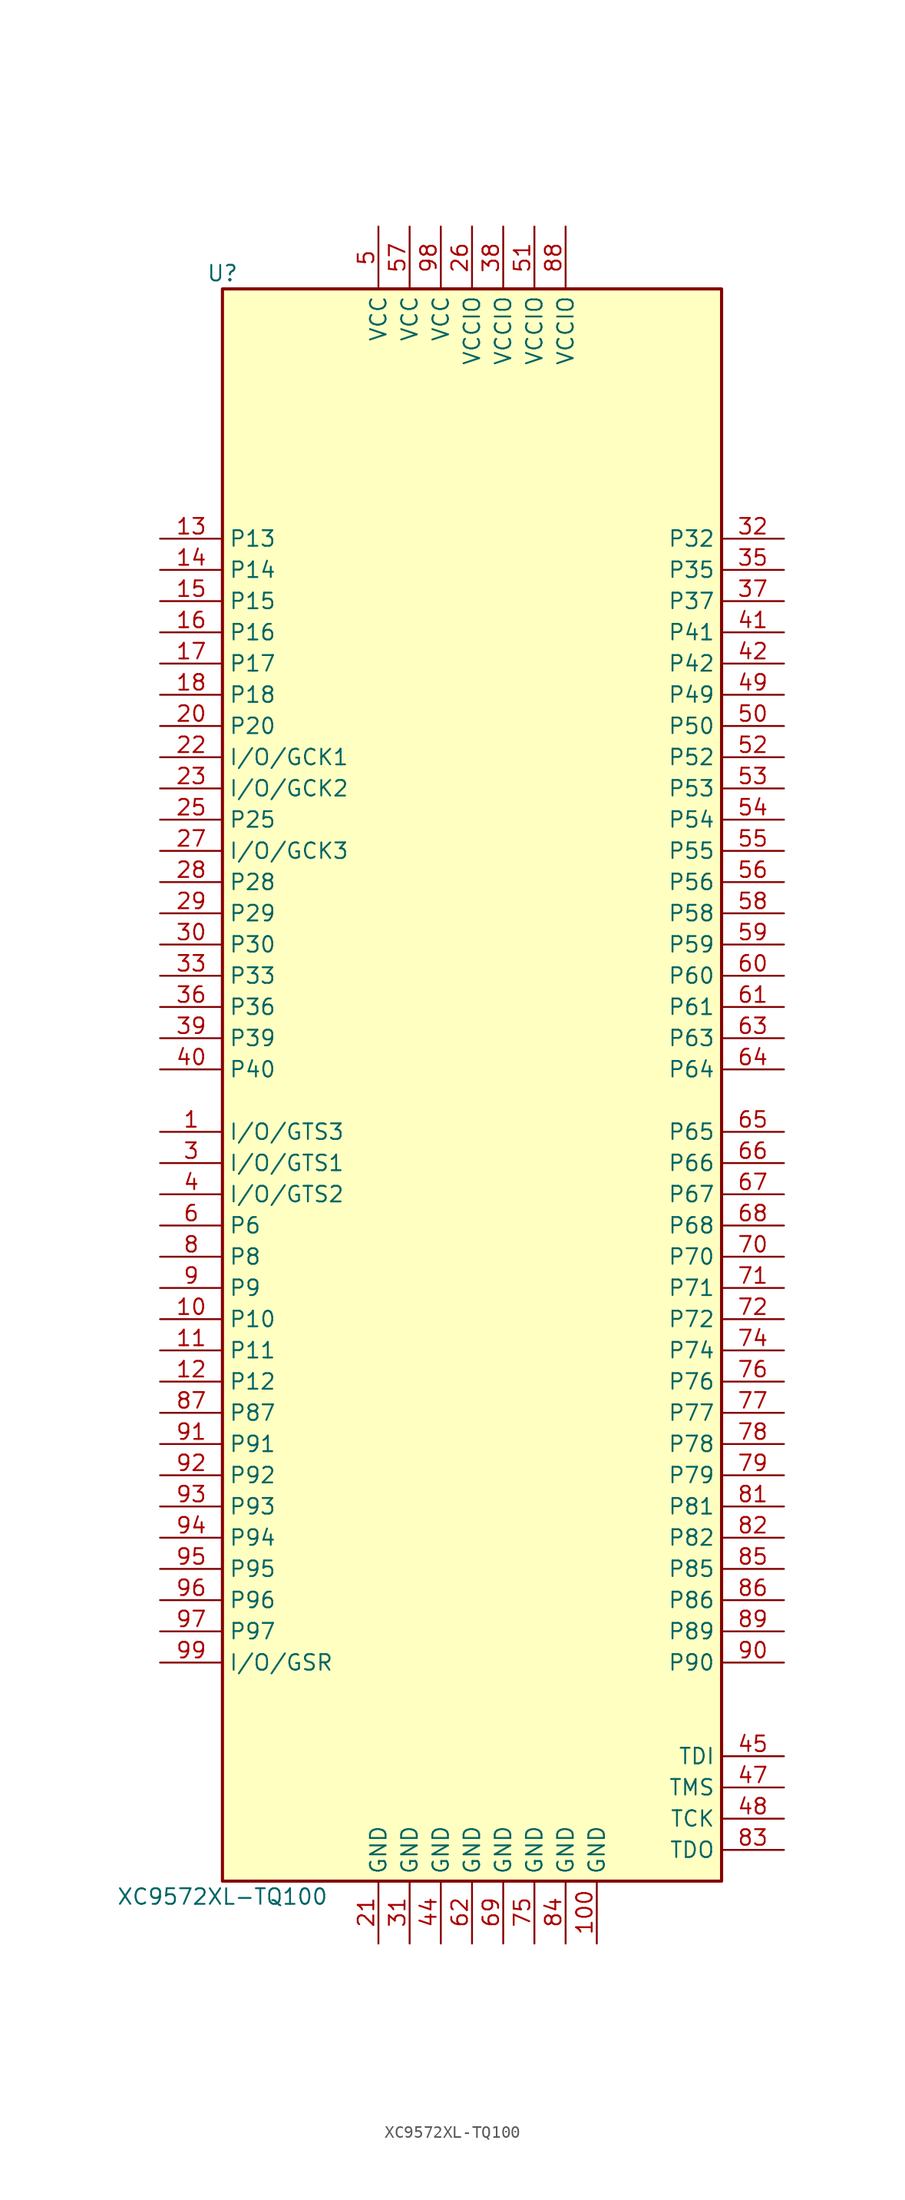
<source format=kicad_sym>
(kicad_symbol_lib
  (version 20201005)
  (generator kicad_symbol_editor)
  (symbol "XC9572XL-TQ100"
    (property "Reference" "U"
      (at -20.32 64.77 0)
      (effects (font (size 1.27 1.27))))
    (property "Value" "XC9572XL-TQ100"
      (at -20.32 -67.31 0)
      (effects (font (size 1.27 1.27))))
    (symbol "XC9572XL-TQ100_1_1"
      (rectangle (start -20.32 63.5) (end 20.32 -66.04) (stroke (width 0.254)) (fill (type background)))
      (pin bidirectional line (at -25.4 -5.08 0) (length 5.08) (name "I/O/GTS3" (effects (font (size 1.27 1.27)))) (number "1" (effects (font (size 1.27 1.27)))))
      (pin no_connect line (at -20.32 60.96 0) (length 0) hide (name "NC" (effects (font (size 1.27 1.27)))) (number "2" (effects (font (size 1.27 1.27)))))
      (pin bidirectional line (at -25.4 -7.62 0) (length 5.08) (name "I/O/GTS1" (effects (font (size 1.27 1.27)))) (number "3" (effects (font (size 1.27 1.27)))))
      (pin bidirectional line (at -25.4 -10.16 0) (length 5.08) (name "I/O/GTS2" (effects (font (size 1.27 1.27)))) (number "4" (effects (font (size 1.27 1.27)))))
      (pin power_in line (at -7.62 68.58 270) (length 5.08) (name "VCC" (effects (font (size 1.27 1.27)))) (number "5" (effects (font (size 1.27 1.27)))))
      (pin bidirectional line (at -25.4 -12.7 0) (length 5.08) (name "P6" (effects (font (size 1.27 1.27)))) (number "6" (effects (font (size 1.27 1.27)))))
      (pin no_connect line (at -20.32 58.42 0) (length 0) hide (name "NC" (effects (font (size 1.27 1.27)))) (number "7" (effects (font (size 1.27 1.27)))))
      (pin bidirectional line (at -25.4 -15.24 0) (length 5.08) (name "P8" (effects (font (size 1.27 1.27)))) (number "8" (effects (font (size 1.27 1.27)))))
      (pin bidirectional line (at -25.4 -17.78 0) (length 5.08) (name "P9" (effects (font (size 1.27 1.27)))) (number "9" (effects (font (size 1.27 1.27)))))
      (pin bidirectional line (at -25.4 -20.32 0) (length 5.08) (name "P10" (effects (font (size 1.27 1.27)))) (number "10" (effects (font (size 1.27 1.27)))))
      (pin bidirectional line (at -25.4 27.94 0) (length 5.08) (name "P20" (effects (font (size 1.27 1.27)))) (number "20" (effects (font (size 1.27 1.27)))))
      (pin bidirectional line (at -25.4 10.16 0) (length 5.08) (name "P30" (effects (font (size 1.27 1.27)))) (number "30" (effects (font (size 1.27 1.27)))))
      (pin bidirectional line (at -25.4 0 0) (length 5.08) (name "P40" (effects (font (size 1.27 1.27)))) (number "40" (effects (font (size 1.27 1.27)))))
      (pin bidirectional line (at 25.4 27.94 180) (length 5.08) (name "P50" (effects (font (size 1.27 1.27)))) (number "50" (effects (font (size 1.27 1.27)))))
      (pin bidirectional line (at 25.4 7.62 180) (length 5.08) (name "P60" (effects (font (size 1.27 1.27)))) (number "60" (effects (font (size 1.27 1.27)))))
      (pin bidirectional line (at 25.4 -15.24 180) (length 5.08) (name "P70" (effects (font (size 1.27 1.27)))) (number "70" (effects (font (size 1.27 1.27)))))
      (pin no_connect line (at 20.32 55.88 180) (length 0) hide (name "NC" (effects (font (size 1.27 1.27)))) (number "80" (effects (font (size 1.27 1.27)))))
      (pin bidirectional line (at 25.4 -48.26 180) (length 5.08) (name "P90" (effects (font (size 1.27 1.27)))) (number "90" (effects (font (size 1.27 1.27)))))
      (pin bidirectional line (at -25.4 -22.86 0) (length 5.08) (name "P11" (effects (font (size 1.27 1.27)))) (number "11" (effects (font (size 1.27 1.27)))))
      (pin power_in line (at -7.62 -71.12 90) (length 5.08) (name "GND" (effects (font (size 1.27 1.27)))) (number "21" (effects (font (size 1.27 1.27)))))
      (pin power_in line (at -5.08 -71.12 90) (length 5.08) (name "GND" (effects (font (size 1.27 1.27)))) (number "31" (effects (font (size 1.27 1.27)))))
      (pin bidirectional line (at 25.4 35.56 180) (length 5.08) (name "P41" (effects (font (size 1.27 1.27)))) (number "41" (effects (font (size 1.27 1.27)))))
      (pin power_in line (at 5.08 68.58 270) (length 5.08) (name "VCCIO" (effects (font (size 1.27 1.27)))) (number "51" (effects (font (size 1.27 1.27)))))
      (pin bidirectional line (at 25.4 5.08 180) (length 5.08) (name "P61" (effects (font (size 1.27 1.27)))) (number "61" (effects (font (size 1.27 1.27)))))
      (pin bidirectional line (at 25.4 -17.78 180) (length 5.08) (name "P71" (effects (font (size 1.27 1.27)))) (number "71" (effects (font (size 1.27 1.27)))))
      (pin bidirectional line (at 25.4 -35.56 180) (length 5.08) (name "P81" (effects (font (size 1.27 1.27)))) (number "81" (effects (font (size 1.27 1.27)))))
      (pin bidirectional line (at -25.4 -30.48 0) (length 5.08) (name "P91" (effects (font (size 1.27 1.27)))) (number "91" (effects (font (size 1.27 1.27)))))
      (pin bidirectional line (at -25.4 -25.4 0) (length 5.08) (name "P12" (effects (font (size 1.27 1.27)))) (number "12" (effects (font (size 1.27 1.27)))))
      (pin bidirectional line (at -25.4 25.4 0) (length 5.08) (name "I/O/GCK1" (effects (font (size 1.27 1.27)))) (number "22" (effects (font (size 1.27 1.27)))))
      (pin bidirectional line (at 25.4 43.18 180) (length 5.08) (name "P32" (effects (font (size 1.27 1.27)))) (number "32" (effects (font (size 1.27 1.27)))))
      (pin bidirectional line (at 25.4 33.02 180) (length 5.08) (name "P42" (effects (font (size 1.27 1.27)))) (number "42" (effects (font (size 1.27 1.27)))))
      (pin bidirectional line (at 25.4 25.4 180) (length 5.08) (name "P52" (effects (font (size 1.27 1.27)))) (number "52" (effects (font (size 1.27 1.27)))))
      (pin power_in line (at 0 -71.12 90) (length 5.08) (name "GND" (effects (font (size 1.27 1.27)))) (number "62" (effects (font (size 1.27 1.27)))))
      (pin bidirectional line (at 25.4 -20.32 180) (length 5.08) (name "P72" (effects (font (size 1.27 1.27)))) (number "72" (effects (font (size 1.27 1.27)))))
      (pin bidirectional line (at 25.4 -38.1 180) (length 5.08) (name "P82" (effects (font (size 1.27 1.27)))) (number "82" (effects (font (size 1.27 1.27)))))
      (pin bidirectional line (at -25.4 -33.02 0) (length 5.08) (name "P92" (effects (font (size 1.27 1.27)))) (number "92" (effects (font (size 1.27 1.27)))))
      (pin bidirectional line (at -25.4 43.18 0) (length 5.08) (name "P13" (effects (font (size 1.27 1.27)))) (number "13" (effects (font (size 1.27 1.27)))))
      (pin bidirectional line (at -25.4 22.86 0) (length 5.08) (name "I/O/GCK2" (effects (font (size 1.27 1.27)))) (number "23" (effects (font (size 1.27 1.27)))))
      (pin bidirectional line (at -25.4 7.62 0) (length 5.08) (name "P33" (effects (font (size 1.27 1.27)))) (number "33" (effects (font (size 1.27 1.27)))))
      (pin no_connect line (at -20.32 48.26 0) (length 0) hide (name "NC" (effects (font (size 1.27 1.27)))) (number "43" (effects (font (size 1.27 1.27)))))
      (pin bidirectional line (at 25.4 22.86 180) (length 5.08) (name "P53" (effects (font (size 1.27 1.27)))) (number "53" (effects (font (size 1.27 1.27)))))
      (pin bidirectional line (at 25.4 2.54 180) (length 5.08) (name "P63" (effects (font (size 1.27 1.27)))) (number "63" (effects (font (size 1.27 1.27)))))
      (pin no_connect line (at 20.32 58.42 180) (length 0) hide (name "NC" (effects (font (size 1.27 1.27)))) (number "73" (effects (font (size 1.27 1.27)))))
      (pin output line (at 25.4 -63.5 180) (length 5.08) (name "TDO" (effects (font (size 1.27 1.27)))) (number "83" (effects (font (size 1.27 1.27)))))
      (pin bidirectional line (at -25.4 -35.56 0) (length 5.08) (name "P93" (effects (font (size 1.27 1.27)))) (number "93" (effects (font (size 1.27 1.27)))))
      (pin bidirectional line (at -25.4 40.64 0) (length 5.08) (name "P14" (effects (font (size 1.27 1.27)))) (number "14" (effects (font (size 1.27 1.27)))))
      (pin no_connect line (at -20.32 53.34 0) (length 0) hide (name "NC" (effects (font (size 1.27 1.27)))) (number "24" (effects (font (size 1.27 1.27)))))
      (pin no_connect line (at -20.32 50.8 0) (length 0) hide (name "NC" (effects (font (size 1.27 1.27)))) (number "34" (effects (font (size 1.27 1.27)))))
      (pin power_in line (at -2.54 -71.12 90) (length 5.08) (name "GND" (effects (font (size 1.27 1.27)))) (number "44" (effects (font (size 1.27 1.27)))))
      (pin bidirectional line (at 25.4 20.32 180) (length 5.08) (name "P54" (effects (font (size 1.27 1.27)))) (number "54" (effects (font (size 1.27 1.27)))))
      (pin bidirectional line (at 25.4 0 180) (length 5.08) (name "P64" (effects (font (size 1.27 1.27)))) (number "64" (effects (font (size 1.27 1.27)))))
      (pin bidirectional line (at 25.4 -22.86 180) (length 5.08) (name "P74" (effects (font (size 1.27 1.27)))) (number "74" (effects (font (size 1.27 1.27)))))
      (pin power_in line (at 7.62 -71.12 90) (length 5.08) (name "GND" (effects (font (size 1.27 1.27)))) (number "84" (effects (font (size 1.27 1.27)))))
      (pin bidirectional line (at -25.4 -38.1 0) (length 5.08) (name "P94" (effects (font (size 1.27 1.27)))) (number "94" (effects (font (size 1.27 1.27)))))
      (pin bidirectional line (at -25.4 38.1 0) (length 5.08) (name "P15" (effects (font (size 1.27 1.27)))) (number "15" (effects (font (size 1.27 1.27)))))
      (pin bidirectional line (at -25.4 20.32 0) (length 5.08) (name "P25" (effects (font (size 1.27 1.27)))) (number "25" (effects (font (size 1.27 1.27)))))
      (pin bidirectional line (at 25.4 40.64 180) (length 5.08) (name "P35" (effects (font (size 1.27 1.27)))) (number "35" (effects (font (size 1.27 1.27)))))
      (pin input line (at 25.4 -55.88 180) (length 5.08) (name "TDI" (effects (font (size 1.27 1.27)))) (number "45" (effects (font (size 1.27 1.27)))))
      (pin bidirectional line (at 25.4 17.78 180) (length 5.08) (name "P55" (effects (font (size 1.27 1.27)))) (number "55" (effects (font (size 1.27 1.27)))))
      (pin bidirectional line (at 25.4 -5.08 180) (length 5.08) (name "P65" (effects (font (size 1.27 1.27)))) (number "65" (effects (font (size 1.27 1.27)))))
      (pin power_in line (at 5.08 -71.12 90) (length 5.08) (name "GND" (effects (font (size 1.27 1.27)))) (number "75" (effects (font (size 1.27 1.27)))))
      (pin bidirectional line (at 25.4 -40.64 180) (length 5.08) (name "P85" (effects (font (size 1.27 1.27)))) (number "85" (effects (font (size 1.27 1.27)))))
      (pin bidirectional line (at -25.4 -40.64 0) (length 5.08) (name "P95" (effects (font (size 1.27 1.27)))) (number "95" (effects (font (size 1.27 1.27)))))
      (pin bidirectional line (at -25.4 35.56 0) (length 5.08) (name "P16" (effects (font (size 1.27 1.27)))) (number "16" (effects (font (size 1.27 1.27)))))
      (pin power_in line (at 0 68.58 270) (length 5.08) (name "VCCIO" (effects (font (size 1.27 1.27)))) (number "26" (effects (font (size 1.27 1.27)))))
      (pin bidirectional line (at -25.4 5.08 0) (length 5.08) (name "P36" (effects (font (size 1.27 1.27)))) (number "36" (effects (font (size 1.27 1.27)))))
      (pin no_connect line (at 20.32 60.96 180) (length 0) hide (name "NC" (effects (font (size 1.27 1.27)))) (number "46" (effects (font (size 1.27 1.27)))))
      (pin bidirectional line (at 25.4 15.24 180) (length 5.08) (name "P56" (effects (font (size 1.27 1.27)))) (number "56" (effects (font (size 1.27 1.27)))))
      (pin bidirectional line (at 25.4 -7.62 180) (length 5.08) (name "P66" (effects (font (size 1.27 1.27)))) (number "66" (effects (font (size 1.27 1.27)))))
      (pin bidirectional line (at 25.4 -25.4 180) (length 5.08) (name "P76" (effects (font (size 1.27 1.27)))) (number "76" (effects (font (size 1.27 1.27)))))
      (pin bidirectional line (at 25.4 -43.18 180) (length 5.08) (name "P86" (effects (font (size 1.27 1.27)))) (number "86" (effects (font (size 1.27 1.27)))))
      (pin bidirectional line (at -25.4 -43.18 0) (length 5.08) (name "P96" (effects (font (size 1.27 1.27)))) (number "96" (effects (font (size 1.27 1.27)))))
      (pin bidirectional line (at -25.4 33.02 0) (length 5.08) (name "P17" (effects (font (size 1.27 1.27)))) (number "17" (effects (font (size 1.27 1.27)))))
      (pin bidirectional line (at -25.4 17.78 0) (length 5.08) (name "I/O/GCK3" (effects (font (size 1.27 1.27)))) (number "27" (effects (font (size 1.27 1.27)))))
      (pin bidirectional line (at 25.4 38.1 180) (length 5.08) (name "P37" (effects (font (size 1.27 1.27)))) (number "37" (effects (font (size 1.27 1.27)))))
      (pin input line (at 25.4 -58.42 180) (length 5.08) (name "TMS" (effects (font (size 1.27 1.27)))) (number "47" (effects (font (size 1.27 1.27)))))
      (pin power_in line (at -5.08 68.58 270) (length 5.08) (name "VCC" (effects (font (size 1.27 1.27)))) (number "57" (effects (font (size 1.27 1.27)))))
      (pin bidirectional line (at 25.4 -10.16 180) (length 5.08) (name "P67" (effects (font (size 1.27 1.27)))) (number "67" (effects (font (size 1.27 1.27)))))
      (pin bidirectional line (at 25.4 -27.94 180) (length 5.08) (name "P77" (effects (font (size 1.27 1.27)))) (number "77" (effects (font (size 1.27 1.27)))))
      (pin bidirectional line (at -25.4 -27.94 0) (length 5.08) (name "P87" (effects (font (size 1.27 1.27)))) (number "87" (effects (font (size 1.27 1.27)))))
      (pin bidirectional line (at -25.4 -45.72 0) (length 5.08) (name "P97" (effects (font (size 1.27 1.27)))) (number "97" (effects (font (size 1.27 1.27)))))
      (pin bidirectional line (at -25.4 30.48 0) (length 5.08) (name "P18" (effects (font (size 1.27 1.27)))) (number "18" (effects (font (size 1.27 1.27)))))
      (pin bidirectional line (at -25.4 15.24 0) (length 5.08) (name "P28" (effects (font (size 1.27 1.27)))) (number "28" (effects (font (size 1.27 1.27)))))
      (pin power_in line (at 2.54 68.58 270) (length 5.08) (name "VCCIO" (effects (font (size 1.27 1.27)))) (number "38" (effects (font (size 1.27 1.27)))))
      (pin input line (at 25.4 -60.96 180) (length 5.08) (name "TCK" (effects (font (size 1.27 1.27)))) (number "48" (effects (font (size 1.27 1.27)))))
      (pin bidirectional line (at 25.4 12.7 180) (length 5.08) (name "P58" (effects (font (size 1.27 1.27)))) (number "58" (effects (font (size 1.27 1.27)))))
      (pin bidirectional line (at 25.4 -12.7 180) (length 5.08) (name "P68" (effects (font (size 1.27 1.27)))) (number "68" (effects (font (size 1.27 1.27)))))
      (pin bidirectional line (at 25.4 -30.48 180) (length 5.08) (name "P78" (effects (font (size 1.27 1.27)))) (number "78" (effects (font (size 1.27 1.27)))))
      (pin power_in line (at 7.62 68.58 270) (length 5.08) (name "VCCIO" (effects (font (size 1.27 1.27)))) (number "88" (effects (font (size 1.27 1.27)))))
      (pin power_in line (at -2.54 68.58 270) (length 5.08) (name "VCC" (effects (font (size 1.27 1.27)))) (number "98" (effects (font (size 1.27 1.27)))))
      (pin no_connect line (at -20.32 55.88 0) (length 0) hide (name "NC" (effects (font (size 1.27 1.27)))) (number "19" (effects (font (size 1.27 1.27)))))
      (pin bidirectional line (at -25.4 12.7 0) (length 5.08) (name "P29" (effects (font (size 1.27 1.27)))) (number "29" (effects (font (size 1.27 1.27)))))
      (pin bidirectional line (at -25.4 2.54 0) (length 5.08) (name "P39" (effects (font (size 1.27 1.27)))) (number "39" (effects (font (size 1.27 1.27)))))
      (pin bidirectional line (at 25.4 30.48 180) (length 5.08) (name "P49" (effects (font (size 1.27 1.27)))) (number "49" (effects (font (size 1.27 1.27)))))
      (pin bidirectional line (at 25.4 10.16 180) (length 5.08) (name "P59" (effects (font (size 1.27 1.27)))) (number "59" (effects (font (size 1.27 1.27)))))
      (pin power_in line (at 2.54 -71.12 90) (length 5.08) (name "GND" (effects (font (size 1.27 1.27)))) (number "69" (effects (font (size 1.27 1.27)))))
      (pin bidirectional line (at 25.4 -33.02 180) (length 5.08) (name "P79" (effects (font (size 1.27 1.27)))) (number "79" (effects (font (size 1.27 1.27)))))
      (pin bidirectional line (at 25.4 -45.72 180) (length 5.08) (name "P89" (effects (font (size 1.27 1.27)))) (number "89" (effects (font (size 1.27 1.27)))))
      (pin bidirectional line (at -25.4 -48.26 0) (length 5.08) (name "I/O/GSR" (effects (font (size 1.27 1.27)))) (number "99" (effects (font (size 1.27 1.27)))))
      (pin power_in line (at 10.16 -71.12 90) (length 5.08) (name "GND" (effects (font (size 1.27 1.27)))) (number "100" (effects (font (size 1.27 1.27))))))))
</source>
